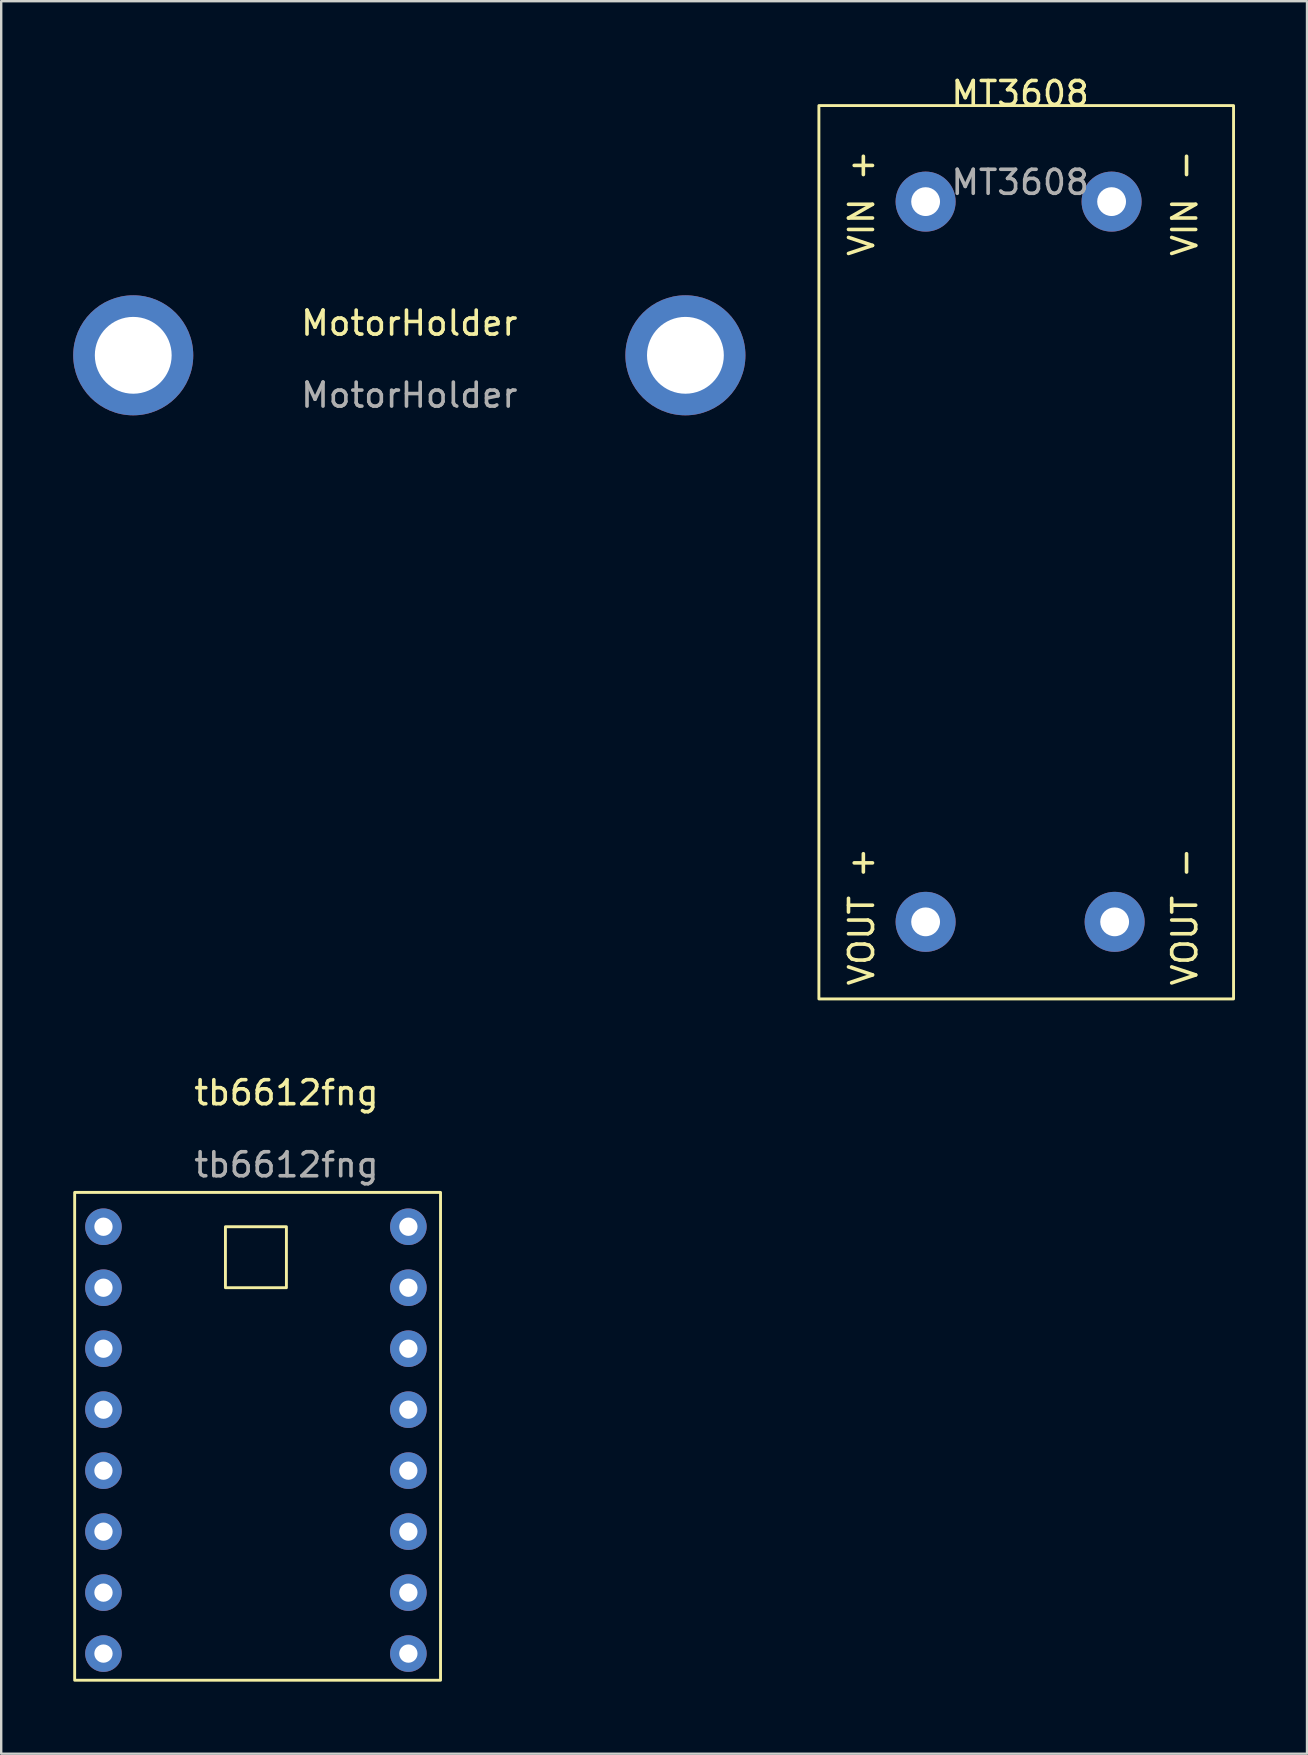
<source format=kicad_pcb>
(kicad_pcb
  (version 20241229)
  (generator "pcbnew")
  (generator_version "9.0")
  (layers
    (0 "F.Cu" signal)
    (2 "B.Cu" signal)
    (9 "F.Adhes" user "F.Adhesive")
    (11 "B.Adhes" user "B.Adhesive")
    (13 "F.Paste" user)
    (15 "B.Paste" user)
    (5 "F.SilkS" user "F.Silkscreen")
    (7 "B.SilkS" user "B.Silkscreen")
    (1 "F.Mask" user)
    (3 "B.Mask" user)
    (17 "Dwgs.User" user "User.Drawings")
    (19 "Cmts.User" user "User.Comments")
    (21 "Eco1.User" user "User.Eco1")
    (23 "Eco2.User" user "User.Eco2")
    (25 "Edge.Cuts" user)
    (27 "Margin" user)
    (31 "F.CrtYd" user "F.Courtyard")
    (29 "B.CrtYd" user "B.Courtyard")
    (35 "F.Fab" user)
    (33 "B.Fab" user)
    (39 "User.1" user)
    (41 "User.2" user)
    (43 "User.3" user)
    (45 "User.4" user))
  (footprint "tb6612fng"
    (layer "F.Cu")
    (at 8.88 42.968)
    (property "Reference" "tb6612fng" (at 0 -0.5 0) (unlocked yes) (layer "F.SilkS") (effects (font (size 1 1) (thickness 0.15))))
    (attr through_hole)
    (fp_rect (start -8.82 3.65) (end 6.42 23.97) (stroke (width 0.12) (type solid)) (fill no) (layer "F.SilkS"))
    (fp_rect (start -2.54 5.08) (end 0 7.62) (stroke (width 0.12) (type solid)) (fill no) (layer "F.SilkS"))
    (fp_text user "${REFERENCE}" (at 0 2.5 0) (unlocked yes) (layer "F.Fab") (effects (font (size 1 1) (thickness 0.15))))
    (pad "1" thru_hole circle (at -7.62 5.08) (size 1.524 1.524) (drill 0.762) (layers "*.Cu" "*.Mask"))
    (pad "2" thru_hole circle (at -7.62 7.62) (size 1.524 1.524) (drill 0.762) (layers "*.Cu" "*.Mask"))
    (pad "3" thru_hole circle (at -7.62 10.16) (size 1.524 1.524) (drill 0.762) (layers "*.Cu" "*.Mask"))
    (pad "4" thru_hole circle (at -7.62 12.7) (size 1.524 1.524) (drill 0.762) (layers "*.Cu" "*.Mask"))
    (pad "5" thru_hole circle (at -7.62 15.24) (size 1.524 1.524) (drill 0.762) (layers "*.Cu" "*.Mask"))
    (pad "6" thru_hole circle (at -7.62 17.78) (size 1.524 1.524) (drill 0.762) (layers "*.Cu" "*.Mask"))
    (pad "7" thru_hole circle (at -7.62 20.32) (size 1.524 1.524) (drill 0.762) (layers "*.Cu" "*.Mask"))
    (pad "8" thru_hole circle (at -7.62 22.86) (size 1.524 1.524) (drill 0.762) (layers "*.Cu" "*.Mask"))
    (pad "9" thru_hole circle (at 5.08 22.86) (size 1.524 1.524) (drill 0.762) (layers "*.Cu" "*.Mask"))
    (pad "10" thru_hole circle (at 5.08 20.32) (size 1.524 1.524) (drill 0.762) (layers "*.Cu" "*.Mask"))
    (pad "11" thru_hole circle (at 5.08 17.78) (size 1.524 1.524) (drill 0.762) (layers "*.Cu" "*.Mask"))
    (pad "12" thru_hole circle (at 5.08 15.24) (size 1.524 1.524) (drill 0.762) (layers "*.Cu" "*.Mask"))
    (pad "13" thru_hole circle (at 5.08 12.7) (size 1.524 1.524) (drill 0.762) (layers "*.Cu" "*.Mask"))
    (pad "14" thru_hole circle (at 5.08 10.16) (size 1.524 1.524) (drill 0.762) (layers "*.Cu" "*.Mask"))
    (pad "15" thru_hole circle (at 5.08 7.62) (size 1.524 1.524) (drill 0.762) (layers "*.Cu" "*.Mask"))
    (pad "16" thru_hole circle (at 5.08 5.08) (size 1.524 1.524) (drill 0.762) (layers "*.Cu" "*.Mask")))
  (footprint "MotorHolder"
    (layer "F.Cu")
    (at 14 0.25)
    (property "Reference" "MotorHolder" (at 0 10.16 0) (unlocked yes) (layer "F.SilkS") (effects (font (size 1 1) (thickness 0.15))))
    (attr through_hole)
    (fp_text user "${REFERENCE}" (at 0 13.16 0) (unlocked yes) (layer "F.Fab") (effects (font (size 1 1) (thickness 0.15))))
    (pad "1" thru_hole circle (at -11.5 11.5) (size 5 5) (drill 3.2) (layers "*.Cu" "*.Mask"))
    (pad "2" thru_hole circle (at 11.5 11.5) (size 5 5) (drill 3.2) (layers "*.Cu" "*.Mask")))
  (footprint "MT3608"
    (layer "F.Cu")
    (at 39.442 1.348)
    (property "Reference" "MT3608" (at 0 -0.5 0) (unlocked yes) (layer "F.SilkS") (effects (font (size 1 1) (thickness 0.15))))
    (attr through_hole)
    (fp_rect (start -8.382 0) (end 8.89 37.211) (stroke (width 0.12) (type solid)) (fill no) (layer "F.SilkS"))
    (fp_text user "VOUT +" (at -6.604 33.782 90) (unlocked yes) (layer "F.SilkS") (effects (font (size 1 1) (thickness 0.15))))
    (fp_text user "VIN +" (at -6.604 4.064 90) (unlocked yes) (layer "F.SilkS") (effects (font (size 1 1) (thickness 0.15))))
    (fp_text user "VOUT -" (at 6.858 33.782 90) (unlocked yes) (layer "F.SilkS") (effects (font (size 1 1) (thickness 0.15))))
    (fp_text user "VIN -" (at 6.858 4.064 90) (unlocked yes) (layer "F.SilkS") (effects (font (size 1 1) (thickness 0.15))))
    (fp_text user "${REFERENCE}" (at 0 3.198 0) (unlocked yes) (layer "F.Fab") (effects (font (size 1 1) (thickness 0.15))))
    (pad "1" thru_hole circle (at -3.937 4) (size 2.5 2.5) (drill 1.2) (layers "*.Cu" "*.Mask"))
    (pad "2" thru_hole circle (at -3.937 34) (size 2.5 2.5) (drill 1.2) (layers "*.Cu" "*.Mask"))
    (pad "3" thru_hole circle (at 3.81 4) (size 2.5 2.5) (drill 1.2) (layers "*.Cu" "*.Mask"))
    (pad "4" thru_hole circle (at 3.937 34) (size 2.5 2.5) (drill 1.2) (layers "*.Cu" "*.Mask")))
  (gr_rect
    (start -3 -3)
    (end 51.392 69.998)
    (stroke (width 0.1) (type default))
    (fill no)
    (layer "Edge.Cuts")))
</source>
